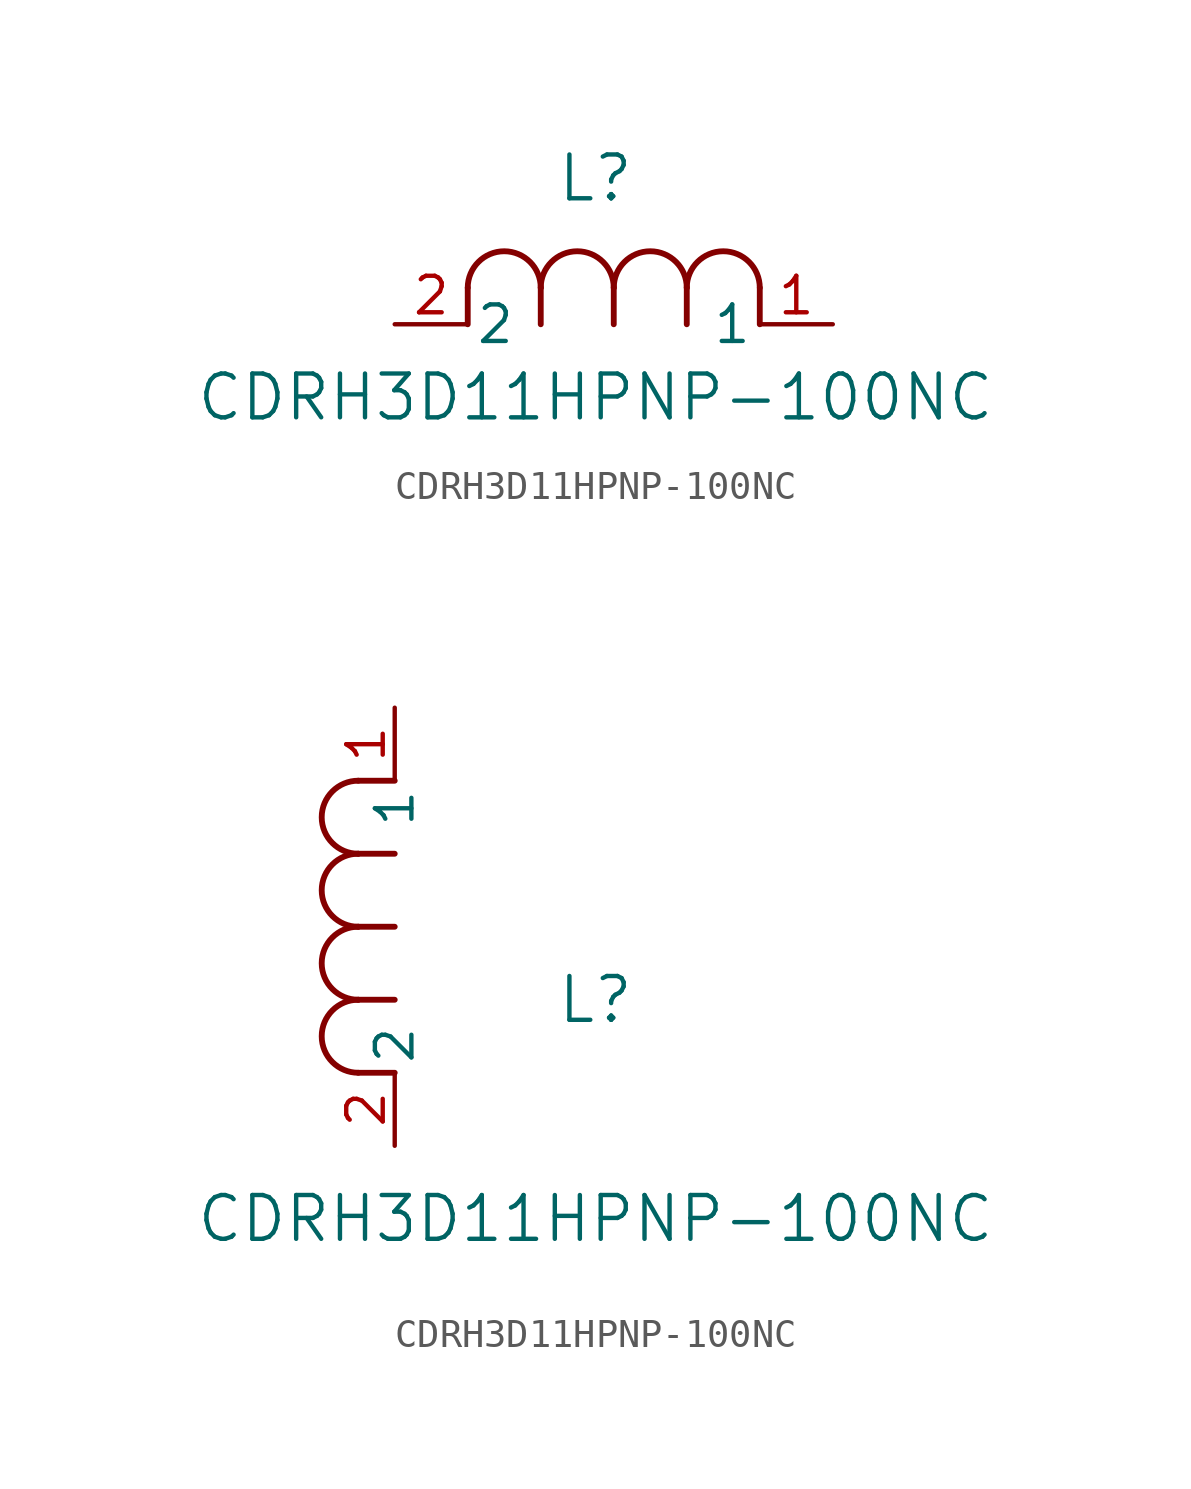
<source format=kicad_sym>
(kicad_symbol_lib
  (version 20211014)
  (generator kicad_symbol_editor)
  (symbol "CDRH3D11HPNP-100NC"
    (pin_names
      (offset 0.254))
    (property "Reference" "L"
      (at 6.985 5.08 0)
      (effects (font (size 1.524 1.524))))
    (property "Value" "CDRH3D11HPNP-100NC"
      (at 6.985 -2.54 0)
      (effects (font (size 1.524 1.524))))
    (symbol "CDRH3D11HPNP-100NC_1_1"
      (arc (start 7.62 1.27) (mid 6.35 2.54) (end 5.08 1.27) (stroke (width 0.2032) (type default) (color 0 0 0 0)) (fill (type none)))
      (polyline (pts (xy 5.08 0) (xy 5.08 1.27)) (stroke (width 0.203) (type default) (color 0 0 0 0)) (fill (type none)))
      (polyline (pts (xy 7.62 0) (xy 7.62 1.27)) (stroke (width 0.203) (type default) (color 0 0 0 0)) (fill (type none)))
      (polyline (pts (xy 12.7 0) (xy 12.7 1.27)) (stroke (width 0.203) (type default) (color 0 0 0 0)) (fill (type none)))
      (arc (start 5.08 1.27) (mid 3.81 2.54) (end 2.54 1.27) (stroke (width 0.2032) (type default) (color 0 0 0 0)) (fill (type none)))
      (arc (start 10.16 1.27) (mid 8.89 2.54) (end 7.62 1.27) (stroke (width 0.2032) (type default) (color 0 0 0 0)) (fill (type none)))
      (arc (start 12.7 1.27) (mid 11.43 2.54) (end 10.16 1.27) (stroke (width 0.2032) (type default) (color 0 0 0 0)) (fill (type none)))
      (polyline (pts (xy 2.54 0) (xy 2.54 1.27)) (stroke (width 0.203) (type default) (color 0 0 0 0)) (fill (type none)))
      (polyline (pts (xy 10.16 0) (xy 10.16 1.27)) (stroke (width 0.203) (type default) (color 0 0 0 0)) (fill (type none)))
      (pin unspecified line (at 0 0 0) (length 2.54) (name "2" (effects (font (size 1.27 1.27)))) (number "2" (effects (font (size 1.27 1.27)))))
      (pin unspecified line (at 15.24 0 180) (length 2.54) (name "1" (effects (font (size 1.27 1.27)))) (number "1" (effects (font (size 1.27 1.27))))))
    (symbol "CDRH3D11HPNP-100NC_1_2"
      (arc (start -1.27 7.62) (mid -2.54 6.35) (end -1.27 5.08) (stroke (width 0.2032) (type default) (color 0 0 0 0)) (fill (type none)))
      (arc (start -1.27 5.08) (mid -2.54 3.81) (end -1.27 2.54) (stroke (width 0.2032) (type default) (color 0 0 0 0)) (fill (type none)))
      (arc (start -1.27 12.7) (mid -2.54 11.43) (end -1.27 10.16) (stroke (width 0.2032) (type default) (color 0 0 0 0)) (fill (type none)))
      (arc (start -1.27 10.16) (mid -2.54 8.89) (end -1.27 7.62) (stroke (width 0.2032) (type default) (color 0 0 0 0)) (fill (type none)))
      (polyline (pts (xy 0 7.62) (xy -1.27 7.62)) (stroke (width 0.203) (type default) (color 0 0 0 0)) (fill (type none)))
      (polyline (pts (xy 0 5.08) (xy -1.27 5.08)) (stroke (width 0.203) (type default) (color 0 0 0 0)) (fill (type none)))
      (polyline (pts (xy 0 12.7) (xy -1.27 12.7)) (stroke (width 0.203) (type default) (color 0 0 0 0)) (fill (type none)))
      (polyline (pts (xy 0 2.54) (xy -1.27 2.54)) (stroke (width 0.203) (type default) (color 0 0 0 0)) (fill (type none)))
      (polyline (pts (xy 0 10.16) (xy -1.27 10.16)) (stroke (width 0.203) (type default) (color 0 0 0 0)) (fill (type none)))
      (pin unspecified line (at 0 0 90) (length 2.54) (name "2" (effects (font (size 1.27 1.27)))) (number "2" (effects (font (size 1.27 1.27)))))
      (pin unspecified line (at 0 15.24 270) (length 2.54) (name "1" (effects (font (size 1.27 1.27)))) (number "1" (effects (font (size 1.27 1.27))))))))
</source>
